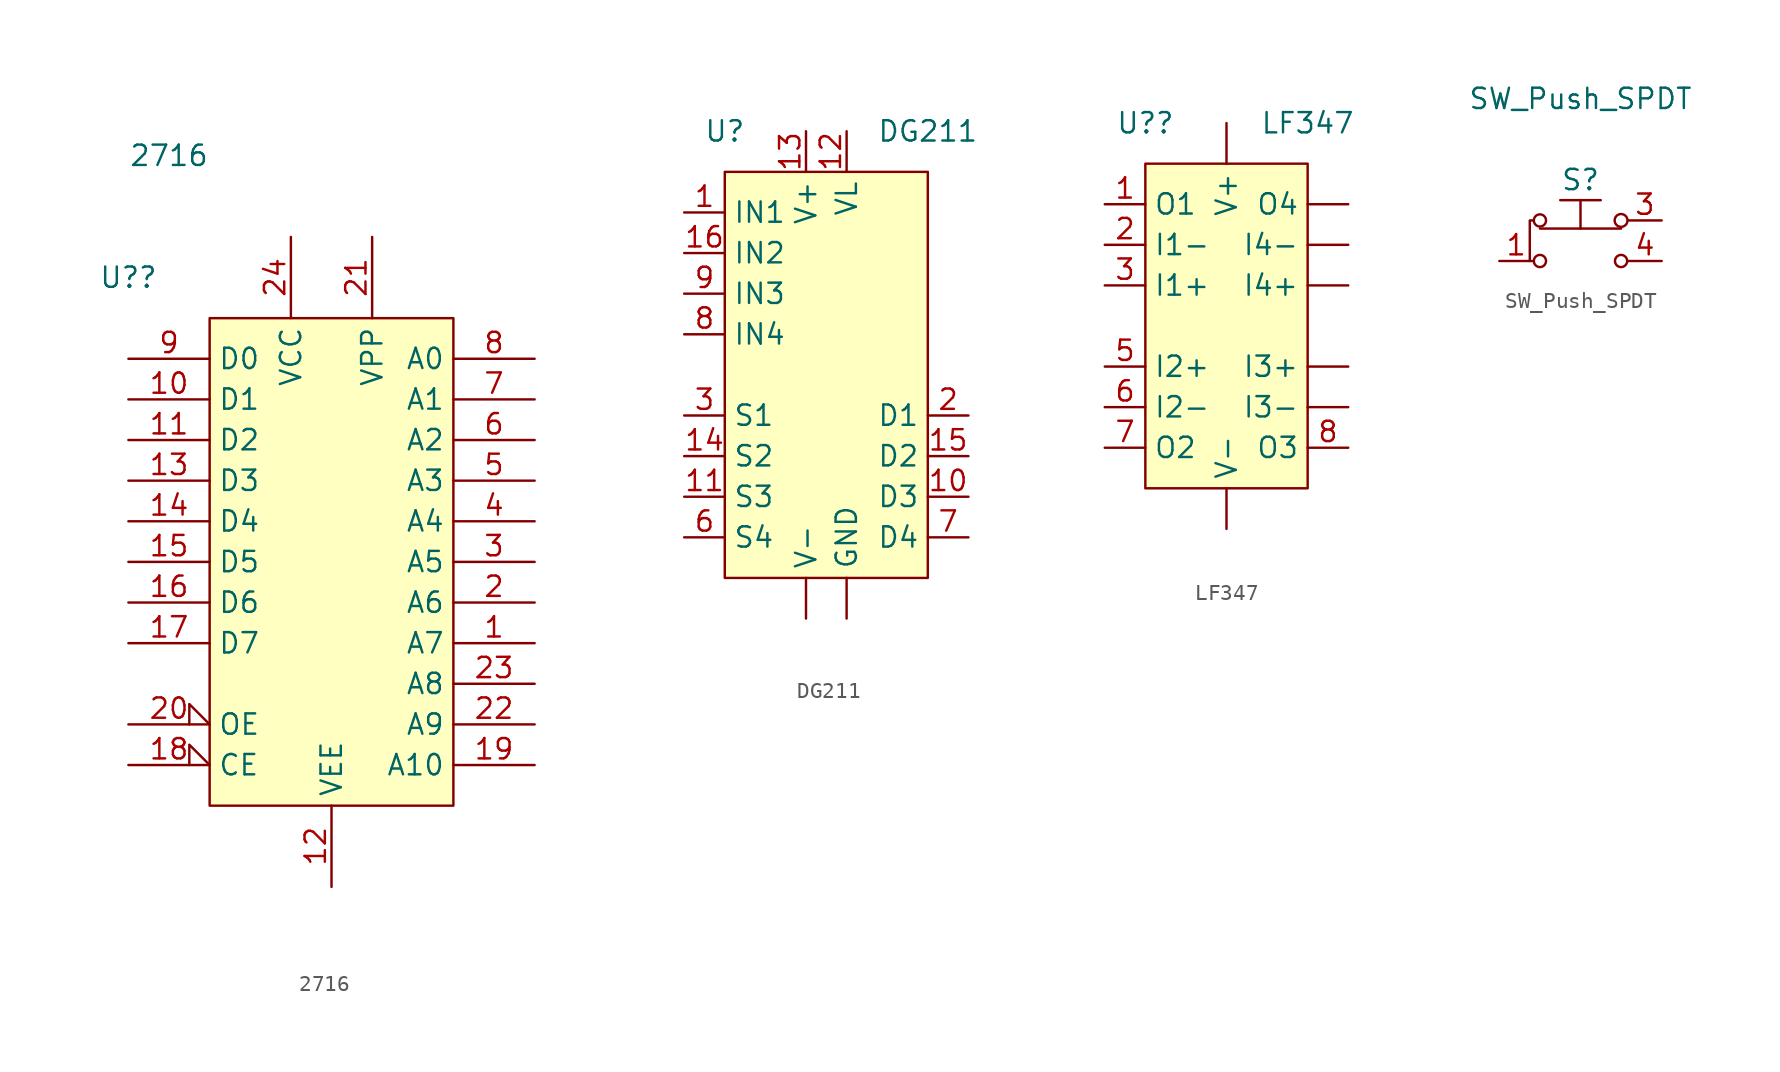
<source format=kicad_sym>
(kicad_symbol_lib
  (version 20211014)
  (generator kicad_symbol_editor)
  (symbol "2716"
    (property "Reference" "U?"
      (at 0 0 0)
      (effects (font (size 1.27 1.27))))
    (property "Value" "2716"
      (at 2.54 7.62 0)
      (effects (font (size 1.27 1.27))))
    (symbol "2716_0_1"
      (rectangle (start 5.08 -2.54) (end 20.32 -33.02) (stroke (width 0) (type default) (color 0 0 0 0)) (fill (type background))))
    (symbol "2716_1_1"
      (pin input line (at 25.4 -22.86 180) (length 5.08) (name "A7" (effects (font (size 1.27 1.27)))) (number "1" (effects (font (size 1.27 1.27)))))
      (pin input line (at 0 -7.62 0) (length 5.08) (name "D1" (effects (font (size 1.27 1.27)))) (number "10" (effects (font (size 1.27 1.27)))))
      (pin input line (at 0 -10.16 0) (length 5.08) (name "D2" (effects (font (size 1.27 1.27)))) (number "11" (effects (font (size 1.27 1.27)))))
      (pin input line (at 12.7 -38.1 90) (length 5.08) (name "VEE" (effects (font (size 1.27 1.27)))) (number "12" (effects (font (size 1.27 1.27)))))
      (pin input line (at 0 -12.7 0) (length 5.08) (name "D3" (effects (font (size 1.27 1.27)))) (number "13" (effects (font (size 1.27 1.27)))))
      (pin input line (at 0 -15.24 0) (length 5.08) (name "D4" (effects (font (size 1.27 1.27)))) (number "14" (effects (font (size 1.27 1.27)))))
      (pin input line (at 0 -17.78 0) (length 5.08) (name "D5" (effects (font (size 1.27 1.27)))) (number "15" (effects (font (size 1.27 1.27)))))
      (pin input line (at 0 -20.32 0) (length 5.08) (name "D6" (effects (font (size 1.27 1.27)))) (number "16" (effects (font (size 1.27 1.27)))))
      (pin input line (at 0 -22.86 0) (length 5.08) (name "D7" (effects (font (size 1.27 1.27)))) (number "17" (effects (font (size 1.27 1.27)))))
      (pin input input_low (at 0 -30.48 0) (length 5.08) (name "CE" (effects (font (size 1.27 1.27)))) (number "18" (effects (font (size 1.27 1.27)))))
      (pin input line (at 25.4 -30.48 180) (length 5.08) (name "A10" (effects (font (size 1.27 1.27)))) (number "19" (effects (font (size 1.27 1.27)))))
      (pin input line (at 25.4 -20.32 180) (length 5.08) (name "A6" (effects (font (size 1.27 1.27)))) (number "2" (effects (font (size 1.27 1.27)))))
      (pin input input_low (at 0 -27.94 0) (length 5.08) (name "OE" (effects (font (size 1.27 1.27)))) (number "20" (effects (font (size 1.27 1.27)))))
      (pin input line (at 15.24 2.54 270) (length 5.08) (name "VPP" (effects (font (size 1.27 1.27)))) (number "21" (effects (font (size 1.27 1.27)))))
      (pin input line (at 25.4 -27.94 180) (length 5.08) (name "A9" (effects (font (size 1.27 1.27)))) (number "22" (effects (font (size 1.27 1.27)))))
      (pin input line (at 25.4 -25.4 180) (length 5.08) (name "A8" (effects (font (size 1.27 1.27)))) (number "23" (effects (font (size 1.27 1.27)))))
      (pin input line (at 10.16 2.54 270) (length 5.08) (name "VCC" (effects (font (size 1.27 1.27)))) (number "24" (effects (font (size 1.27 1.27)))))
      (pin input line (at 25.4 -17.78 180) (length 5.08) (name "A5" (effects (font (size 1.27 1.27)))) (number "3" (effects (font (size 1.27 1.27)))))
      (pin input line (at 25.4 -15.24 180) (length 5.08) (name "A4" (effects (font (size 1.27 1.27)))) (number "4" (effects (font (size 1.27 1.27)))))
      (pin input line (at 25.4 -12.7 180) (length 5.08) (name "A3" (effects (font (size 1.27 1.27)))) (number "5" (effects (font (size 1.27 1.27)))))
      (pin input line (at 25.4 -10.16 180) (length 5.08) (name "A2" (effects (font (size 1.27 1.27)))) (number "6" (effects (font (size 1.27 1.27)))))
      (pin input line (at 25.4 -7.62 180) (length 5.08) (name "A1" (effects (font (size 1.27 1.27)))) (number "7" (effects (font (size 1.27 1.27)))))
      (pin input line (at 25.4 -5.08 180) (length 5.08) (name "A0" (effects (font (size 1.27 1.27)))) (number "8" (effects (font (size 1.27 1.27)))))
      (pin input line (at 0 -5.08 0) (length 5.08) (name "D0" (effects (font (size 1.27 1.27)))) (number "9" (effects (font (size 1.27 1.27)))))))
  (symbol "DG211"
    (property "Reference" "U"
      (at 0 2.54 0)
      (effects (font (size 1.27 1.27))))
    (property "Value" "DG211"
      (at 12.7 2.54 0)
      (effects (font (size 1.27 1.27))))
    (symbol "DG211_0_1"
      (rectangle (start 0 0) (end 12.7 -25.4) (stroke (width 0) (type default) (color 0 0 0 0)) (fill (type background))))
    (symbol "DG211_1_1"
      (pin power_in line (at 7.62 -27.94 90) (length 2.54) (name "GND" (effects (font (size 1.27 1.27)))) (number "" (effects (font (size 1.27 1.27)))))
      (pin power_in line (at 5.08 -27.94 90) (length 2.54) (name "V-" (effects (font (size 1.27 1.27)))) (number "" (effects (font (size 1.27 1.27)))))
      (pin input line (at -2.54 -2.54 0) (length 2.54) (name "IN1" (effects (font (size 1.27 1.27)))) (number "1" (effects (font (size 1.27 1.27)))))
      (pin output line (at 15.24 -20.32 180) (length 2.54) (name "D3" (effects (font (size 1.27 1.27)))) (number "10" (effects (font (size 1.27 1.27)))))
      (pin input line (at -2.54 -20.32 0) (length 2.54) (name "S3" (effects (font (size 1.27 1.27)))) (number "11" (effects (font (size 1.27 1.27)))))
      (pin power_in line (at 7.62 2.54 270) (length 2.54) (name "VL" (effects (font (size 1.27 1.27)))) (number "12" (effects (font (size 1.27 1.27)))))
      (pin power_in line (at 5.08 2.54 270) (length 2.54) (name "V+" (effects (font (size 1.27 1.27)))) (number "13" (effects (font (size 1.27 1.27)))))
      (pin input line (at -2.54 -17.78 0) (length 2.54) (name "S2" (effects (font (size 1.27 1.27)))) (number "14" (effects (font (size 1.27 1.27)))))
      (pin output line (at 15.24 -17.78 180) (length 2.54) (name "D2" (effects (font (size 1.27 1.27)))) (number "15" (effects (font (size 1.27 1.27)))))
      (pin input line (at -2.54 -5.08 0) (length 2.54) (name "IN2" (effects (font (size 1.27 1.27)))) (number "16" (effects (font (size 1.27 1.27)))))
      (pin output line (at 15.24 -15.24 180) (length 2.54) (name "D1" (effects (font (size 1.27 1.27)))) (number "2" (effects (font (size 1.27 1.27)))))
      (pin input line (at -2.54 -15.24 0) (length 2.54) (name "S1" (effects (font (size 1.27 1.27)))) (number "3" (effects (font (size 1.27 1.27)))))
      (pin input line (at -2.54 -22.86 0) (length 2.54) (name "S4" (effects (font (size 1.27 1.27)))) (number "6" (effects (font (size 1.27 1.27)))))
      (pin output line (at 15.24 -22.86 180) (length 2.54) (name "D4" (effects (font (size 1.27 1.27)))) (number "7" (effects (font (size 1.27 1.27)))))
      (pin input line (at -2.54 -10.16 0) (length 2.54) (name "IN4" (effects (font (size 1.27 1.27)))) (number "8" (effects (font (size 1.27 1.27)))))
      (pin input line (at -2.54 -7.62 0) (length 2.54) (name "IN3" (effects (font (size 1.27 1.27)))) (number "9" (effects (font (size 1.27 1.27)))))))
  (symbol "LF347"
    (property "Reference" "U?"
      (at 0 2.54 0)
      (effects (font (size 1.27 1.27))))
    (property "Value" "LF347"
      (at 10.16 2.54 0)
      (effects (font (size 1.27 1.27))))
    (symbol "LF347_0_1"
      (rectangle (start 0 0) (end 10.16 -20.32) (stroke (width 0) (type default) (color 0 0 0 0)) (fill (type background))))
    (symbol "LF347_1_1"
      (pin power_in line (at 12.7 -12.7 180) (length 2.54) (name "I3+" (effects (font (size 1.27 1.27)))) (number "" (effects (font (size 1.27 1.27)))))
      (pin power_in line (at 12.7 -15.24 180) (length 2.54) (name "I3-" (effects (font (size 1.27 1.27)))) (number "" (effects (font (size 1.27 1.27)))))
      (pin power_in line (at 12.7 -7.62 180) (length 2.54) (name "I4+" (effects (font (size 1.27 1.27)))) (number "" (effects (font (size 1.27 1.27)))))
      (pin power_in line (at 12.7 -5.08 180) (length 2.54) (name "I4-" (effects (font (size 1.27 1.27)))) (number "" (effects (font (size 1.27 1.27)))))
      (pin power_in line (at 12.7 -2.54 180) (length 2.54) (name "O4" (effects (font (size 1.27 1.27)))) (number "" (effects (font (size 1.27 1.27)))))
      (pin power_in line (at 5.08 2.54 270) (length 2.54) (name "V+" (effects (font (size 1.27 1.27)))) (number "" (effects (font (size 1.27 1.27)))))
      (pin power_in line (at 5.08 -22.86 90) (length 2.54) (name "V-" (effects (font (size 1.27 1.27)))) (number "" (effects (font (size 1.27 1.27)))))
      (pin power_in line (at -2.54 -2.54 0) (length 2.54) (name "O1" (effects (font (size 1.27 1.27)))) (number "1" (effects (font (size 1.27 1.27)))))
      (pin power_in line (at -2.54 -5.08 0) (length 2.54) (name "I1-" (effects (font (size 1.27 1.27)))) (number "2" (effects (font (size 1.27 1.27)))))
      (pin power_in line (at -2.54 -7.62 0) (length 2.54) (name "I1+" (effects (font (size 1.27 1.27)))) (number "3" (effects (font (size 1.27 1.27)))))
      (pin power_in line (at -2.54 -12.7 0) (length 2.54) (name "I2+" (effects (font (size 1.27 1.27)))) (number "5" (effects (font (size 1.27 1.27)))))
      (pin power_in line (at -2.54 -15.24 0) (length 2.54) (name "I2-" (effects (font (size 1.27 1.27)))) (number "6" (effects (font (size 1.27 1.27)))))
      (pin power_in line (at -2.54 -17.78 0) (length 2.54) (name "O2" (effects (font (size 1.27 1.27)))) (number "7" (effects (font (size 1.27 1.27)))))
      (pin power_in line (at 12.7 -17.78 180) (length 2.54) (name "O3" (effects (font (size 1.27 1.27)))) (number "8" (effects (font (size 1.27 1.27)))))))
  (symbol "SW_Push_SPDT"
    (property "Reference" "S"
      (at 0 0 0)
      (effects (font (size 1.27 1.27))))
    (property "Value" "SW_Push_SPDT"
      (at 0 5.08 0)
      (effects (font (size 1.27 1.27))))
    (symbol "SW_Push_SPDT_0_1"
      (circle (center -2.54 -5.08) (radius 0.381) (stroke (width 0) (type default) (color 0 0 0 0)) (fill (type none)))
      (circle (center -2.54 -2.54) (radius 0.381) (stroke (width 0) (type default) (color 0 0 0 0)) (fill (type none)))
      (polyline (pts (xy -1.27 -1.27) (xy 1.27 -1.27)) (stroke (width 0) (type default) (color 0 0 0 0)) (fill (type none)))
      (polyline (pts (xy 0 -3.048) (xy 0 -1.27)) (stroke (width 0) (type default) (color 0 0 0 0)) (fill (type none)))
      (polyline (pts (xy 2.54 -3.048) (xy -2.54 -3.048)) (stroke (width 0) (type default) (color 0 0 0 0)) (fill (type none)))
      (polyline (pts (xy -2.921 -2.54) (xy -3.175 -2.54) (xy -3.175 -5.08)) (stroke (width 0) (type default) (color 0 0 0 0)) (fill (type none)))
      (circle (center 2.54 -5.08) (radius 0.381) (stroke (width 0) (type default) (color 0 0 0 0)) (fill (type none)))
      (circle (center 2.54 -2.54) (radius 0.402) (stroke (width 0) (type default) (color 0 0 0 0)) (fill (type none))))
    (symbol "SW_Push_SPDT_1_1"
      (pin input line (at -5.08 -5.08 0) (length 2.1) (name "" (effects (font (size 1.27 1.27)))) (number "1" (effects (font (size 1.27 1.27)))))
      (pin input line (at -5.08 -5.08 0) (length 2.1) hide (name "" (effects (font (size 1.27 1.27)))) (number "2" (effects (font (size 1.27 1.27)))))
      (pin input line (at 5.08 -2.54 180) (length 2.1) (name "" (effects (font (size 1.27 1.27)))) (number "3" (effects (font (size 1.27 1.27)))))
      (pin input line (at 5.08 -5.08 180) (length 2.1) (name "" (effects (font (size 1.27 1.27)))) (number "4" (effects (font (size 1.27 1.27))))))))
</source>
